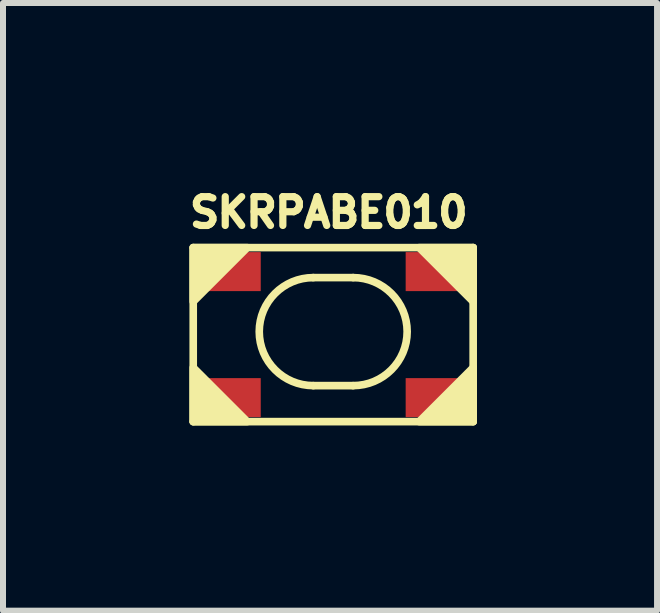
<source format=kicad_pcb>
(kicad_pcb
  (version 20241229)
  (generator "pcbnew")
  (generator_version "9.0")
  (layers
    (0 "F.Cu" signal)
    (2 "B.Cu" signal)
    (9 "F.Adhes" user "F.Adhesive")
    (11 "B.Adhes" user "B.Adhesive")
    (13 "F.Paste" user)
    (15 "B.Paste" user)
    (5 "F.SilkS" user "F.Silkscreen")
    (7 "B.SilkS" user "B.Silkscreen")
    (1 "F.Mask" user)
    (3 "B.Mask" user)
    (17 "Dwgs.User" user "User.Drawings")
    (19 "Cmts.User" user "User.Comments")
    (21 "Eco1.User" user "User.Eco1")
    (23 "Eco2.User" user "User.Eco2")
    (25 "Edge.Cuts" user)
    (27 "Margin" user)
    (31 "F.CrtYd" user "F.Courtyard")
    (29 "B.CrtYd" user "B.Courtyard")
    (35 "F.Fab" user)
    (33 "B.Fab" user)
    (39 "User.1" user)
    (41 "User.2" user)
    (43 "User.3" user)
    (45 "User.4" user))
  (footprint "SKRPABE010"
    (layer "F.Cu")
    (at 0.27 3.876)
    (property "Reference" "SKRPABE010" (at 2.159 -3.385 0) (layer "F.SilkS") (effects (font (size 0.48 0.48) (thickness 0.12))))
    (attr smd)
    (fp_line (start -0.1 -2.8) (end 4.565 -2.8) (stroke (width 0.127) (type solid)) (layer "F.SilkS"))
    (fp_line (start -0.1 0.1) (end -0.1 -2.8) (stroke (width 0.127) (type solid)) (layer "F.SilkS"))
    (fp_line (start 1.9 -2.3) (end 2.565 -2.3) (stroke (width 0.127) (type solid)) (layer "F.SilkS"))
    (fp_line (start 2.565 -0.5) (end 1.9 -0.5) (stroke (width 0.127) (type solid)) (layer "F.SilkS"))
    (fp_line (start 4.565 -2.8) (end 4.565 0.1) (stroke (width 0.127) (type solid)) (layer "F.SilkS"))
    (fp_line (start 4.565 0.1) (end -0.1 0.1) (stroke (width 0.127) (type solid)) (layer "F.SilkS"))
    (fp_arc (start 1.9 -0.5) (mid 1 -1.4) (end 1.9 -2.3) (stroke (width 0.127) (type solid)) (layer "F.SilkS"))
    (fp_arc (start 2.565 -2.3) (mid 3.465 -1.4) (end 2.565 -0.5) (stroke (width 0.127) (type solid)) (layer "F.SilkS"))
    (fp_poly (pts (xy -0.1 -2.8) (xy -0.1 -1.9) (xy 0.8 -2.8)) (stroke (width 0.127) (type solid)) (fill yes) (layer "F.SilkS"))
    (fp_poly (pts (xy -0.1 0.1) (xy 0.8 0.1) (xy -0.1 -0.8)) (stroke (width 0.127) (type solid)) (fill yes) (layer "F.SilkS"))
    (fp_poly (pts (xy 4.565 -2.8) (xy 3.665 -2.8) (xy 4.565 -1.9)) (stroke (width 0.127) (type solid)) (fill yes) (layer "F.SilkS"))
    (fp_poly (pts (xy 4.565 0.1) (xy 4.565 -0.8) (xy 3.665 0.1)) (stroke (width 0.127) (type solid)) (fill yes) (layer "F.SilkS"))
    (pad "1" smd rect (at 0.5 -2.4) (size 1.05 0.65) (layers "F.Cu" "F.Mask" "F.Paste"))
    (pad "1" smd rect (at 3.965 -2.4) (size 1.05 0.65) (layers "F.Cu" "F.Mask" "F.Paste"))
    (pad "2" smd rect (at 0.5 -0.3) (size 1.05 0.65) (layers "F.Cu" "F.Mask" "F.Paste"))
    (pad "2" smd rect (at 3.965 -0.3) (size 1.05 0.65) (layers "F.Cu" "F.Mask" "F.Paste")))
  (gr_rect
    (start -3 -3)
    (end 7.899 7.126)
    (stroke (width 0.1) (type default))
    (fill no)
    (layer "Edge.Cuts")))
</source>
